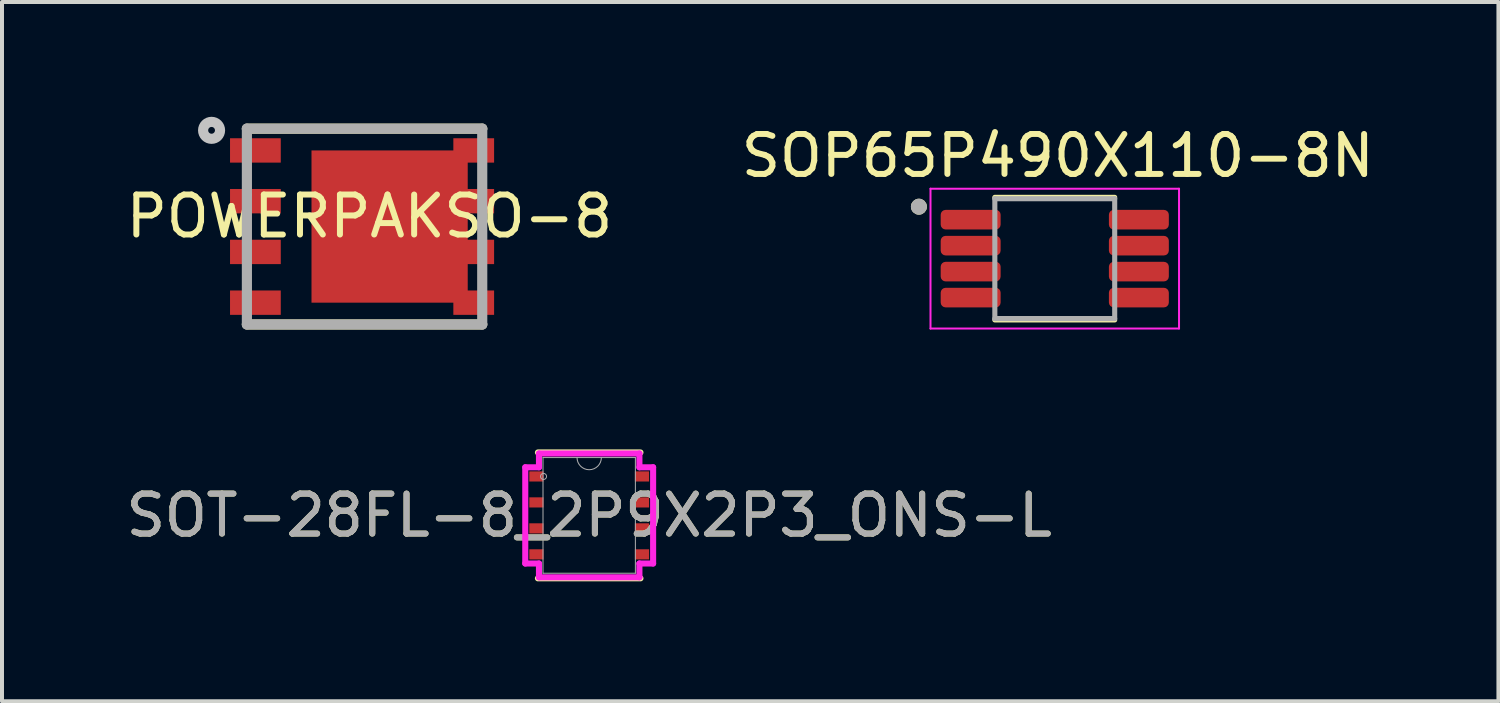
<source format=kicad_pcb>
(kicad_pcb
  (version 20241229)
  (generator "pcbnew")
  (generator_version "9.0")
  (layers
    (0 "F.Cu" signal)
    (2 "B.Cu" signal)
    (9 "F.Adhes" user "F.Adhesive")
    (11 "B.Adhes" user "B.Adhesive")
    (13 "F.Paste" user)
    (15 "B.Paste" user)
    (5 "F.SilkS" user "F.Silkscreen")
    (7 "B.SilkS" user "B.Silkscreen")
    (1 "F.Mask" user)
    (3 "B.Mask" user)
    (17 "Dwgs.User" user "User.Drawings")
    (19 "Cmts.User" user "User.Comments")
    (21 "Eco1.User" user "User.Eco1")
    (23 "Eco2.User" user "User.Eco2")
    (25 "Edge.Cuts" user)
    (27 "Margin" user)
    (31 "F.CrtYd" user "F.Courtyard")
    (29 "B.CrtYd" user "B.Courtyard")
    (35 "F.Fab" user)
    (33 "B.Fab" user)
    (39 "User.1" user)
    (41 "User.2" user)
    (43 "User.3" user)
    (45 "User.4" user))
  (footprint "POWERPAKSO-8"
    (layer "F.Cu")
    (at 6.074 2.62)
    (property "Reference" "POWERPAKSO-8" (at 0.122 -0.256 0) (layer "F.SilkS") (effects (font (size 1 1) (thickness 0.15))))
    (attr smd)
    (fp_line (start -2.945 -2.45) (end 2.945 -2.45) (stroke (width 0.254) (type solid)) (layer "F.SilkS"))
    (fp_line (start -2.945 2.45) (end 2.945 2.45) (stroke (width 0.254) (type solid)) (layer "F.SilkS"))
    (fp_circle (center -3.829 -2.408) (end -3.744 -2.408) (stroke (width 0.254) (type solid)) (fill no) (layer "Dwgs.User"))
    (fp_line (start -2.945 -2.45) (end 2.945 -2.45) (stroke (width 0.254) (type solid)) (layer "F.Fab"))
    (fp_line (start -2.945 2.45) (end -2.945 -2.45) (stroke (width 0.254) (type solid)) (layer "F.Fab"))
    (fp_line (start 2.945 -2.45) (end 2.945 2.45) (stroke (width 0.254) (type solid)) (layer "F.Fab"))
    (fp_line (start 2.945 2.45) (end -2.945 2.45) (stroke (width 0.254) (type solid)) (layer "F.Fab"))
    (pad "1" smd rect (at -2.732 -1.905) (size 1.27 0.61) (layers "F.Cu" "F.Mask" "F.Paste"))
    (pad "2" smd rect (at -2.732 -0.635) (size 1.27 0.61) (layers "F.Cu" "F.Mask" "F.Paste"))
    (pad "3" smd rect (at -2.732 0.635) (size 1.27 0.61) (layers "F.Cu" "F.Mask" "F.Paste"))
    (pad "4" smd rect (at -2.732 1.905) (size 1.27 0.61) (layers "F.Cu" "F.Mask" "F.Paste"))
    (pad "5" smd rect (at 2.732 1.905) (size 1.02 0.61) (layers "F.Cu" "F.Mask" "F.Paste"))
    (pad "6" smd rect (at 2.732 0.635) (size 1.02 0.61) (layers "F.Cu" "F.Mask" "F.Paste"))
    (pad "7" smd rect (at 2.732 -0.635) (size 1.02 0.61) (layers "F.Cu" "F.Mask" "F.Paste"))
    (pad "8" smd rect (at 2.732 -1.905) (size 1.02 0.61) (layers "F.Cu" "F.Mask" "F.Paste"))
    (pad "9" smd rect (at 0.627 0) (size 3.91 3.81) (layers "F.Cu" "F.Mask" "F.Paste")))
  (footprint "SOP65P490X110-8N"
    (layer "F.Cu")
    (at 23.348 3.423)
    (property "Reference" "SOP65P490X110-8N" (at 0.075 -2.575 0) (layer "F.SilkS") (effects (font (size 1 1) (thickness 0.15))))
    (attr smd)
    (fp_line (start -1.5 -1.534) (end 1.5 -1.534) (stroke (width 0.127) (type solid)) (layer "F.SilkS"))
    (fp_line (start 1.5 1.534) (end -1.5 1.534) (stroke (width 0.127) (type solid)) (layer "F.SilkS"))
    (fp_circle (center -3.4 -1.3) (end -3.3 -1.3) (stroke (width 0.2) (type solid)) (fill no) (layer "F.SilkS"))
    (fp_line (start -3.11 -1.75) (end 3.11 -1.75) (stroke (width 0.05) (type solid)) (layer "F.CrtYd"))
    (fp_line (start -3.11 1.75) (end -3.11 -1.75) (stroke (width 0.05) (type solid)) (layer "F.CrtYd"))
    (fp_line (start 3.11 -1.75) (end 3.11 1.75) (stroke (width 0.05) (type solid)) (layer "F.CrtYd"))
    (fp_line (start 3.11 1.75) (end -3.11 1.75) (stroke (width 0.05) (type solid)) (layer "F.CrtYd"))
    (fp_line (start -1.5 -1.5) (end 1.5 -1.5) (stroke (width 0.127) (type solid)) (layer "F.Fab"))
    (fp_line (start -1.5 1.5) (end -1.5 -1.5) (stroke (width 0.127) (type solid)) (layer "F.Fab"))
    (fp_line (start 1.5 -1.5) (end 1.5 1.5) (stroke (width 0.127) (type solid)) (layer "F.Fab"))
    (fp_line (start 1.5 1.5) (end -1.5 1.5) (stroke (width 0.127) (type solid)) (layer "F.Fab"))
    (fp_circle (center -3.4 -1.3) (end -3.3 -1.3) (stroke (width 0.2) (type solid)) (fill no) (layer "F.Fab"))
    (pad "1" smd roundrect (at -2.105 -0.975) (size 1.5 0.49) (layers "F.Cu" "F.Mask" "F.Paste") (roundrect_rratio 0.25))
    (pad "2" smd roundrect (at -2.105 -0.325) (size 1.5 0.49) (layers "F.Cu" "F.Mask" "F.Paste") (roundrect_rratio 0.25))
    (pad "3" smd roundrect (at -2.105 0.325) (size 1.5 0.49) (layers "F.Cu" "F.Mask" "F.Paste") (roundrect_rratio 0.25))
    (pad "4" smd roundrect (at -2.105 0.975) (size 1.5 0.49) (layers "F.Cu" "F.Mask" "F.Paste") (roundrect_rratio 0.25))
    (pad "5" smd roundrect (at 2.105 0.975 180) (size 1.5 0.49) (layers "F.Cu" "F.Mask" "F.Paste") (roundrect_rratio 0.25))
    (pad "6" smd roundrect (at 2.105 0.325 180) (size 1.5 0.49) (layers "F.Cu" "F.Mask" "F.Paste") (roundrect_rratio 0.25))
    (pad "7" smd roundrect (at 2.105 -0.325 180) (size 1.5 0.49) (layers "F.Cu" "F.Mask" "F.Paste") (roundrect_rratio 0.25))
    (pad "8" smd roundrect (at 2.105 -0.975 180) (size 1.5 0.49) (layers "F.Cu" "F.Mask" "F.Paste") (roundrect_rratio 0.25)))
  (footprint "SOT-28FL-8_2P9X2P3_ONS-L"
    (layer "F.Cu")
    (at 11.696 9.849)
    (property "Reference" "SOT-28FL-8_2P9X2P3_ONS-L" (at 0 0 0) (unlocked yes) (layer "F.SilkS") (effects (font (size 1 1) (thickness 0.15))))
    (attr smd)
    (fp_line (start -1.283 1.575) (end 1.283 1.575) (stroke (width 0.152) (type solid)) (layer "F.SilkS"))
    (fp_line (start 1.283 -1.575) (end -1.283 -1.575) (stroke (width 0.152) (type solid)) (layer "F.SilkS"))
    (fp_line (start -1.6 -1.204) (end -1.257 -1.204) (stroke (width 0.152) (type solid)) (layer "F.CrtYd"))
    (fp_line (start -1.6 1.204) (end -1.6 -1.204) (stroke (width 0.152) (type solid)) (layer "F.CrtYd"))
    (fp_line (start -1.257 -1.549) (end 1.257 -1.549) (stroke (width 0.152) (type solid)) (layer "F.CrtYd"))
    (fp_line (start -1.257 -1.204) (end -1.257 -1.549) (stroke (width 0.152) (type solid)) (layer "F.CrtYd"))
    (fp_line (start -1.257 1.204) (end -1.6 1.204) (stroke (width 0.152) (type solid)) (layer "F.CrtYd"))
    (fp_line (start -1.257 1.549) (end -1.257 1.204) (stroke (width 0.152) (type solid)) (layer "F.CrtYd"))
    (fp_line (start 1.257 -1.549) (end 1.257 -1.204) (stroke (width 0.152) (type solid)) (layer "F.CrtYd"))
    (fp_line (start 1.257 -1.204) (end 1.6 -1.204) (stroke (width 0.152) (type solid)) (layer "F.CrtYd"))
    (fp_line (start 1.257 1.204) (end 1.257 1.549) (stroke (width 0.152) (type solid)) (layer "F.CrtYd"))
    (fp_line (start 1.257 1.549) (end -1.257 1.549) (stroke (width 0.152) (type solid)) (layer "F.CrtYd"))
    (fp_line (start 1.6 -1.204) (end 1.6 1.204) (stroke (width 0.152) (type solid)) (layer "F.CrtYd"))
    (fp_line (start 1.6 1.204) (end 1.257 1.204) (stroke (width 0.152) (type solid)) (layer "F.CrtYd"))
    (fp_line (start -1.156 -1.448) (end -1.156 1.448) (stroke (width 0.025) (type solid)) (layer "F.Fab"))
    (fp_line (start -1.156 1.448) (end 1.156 1.448) (stroke (width 0.025) (type solid)) (layer "F.Fab"))
    (fp_line (start 1.156 -1.448) (end -1.156 -1.448) (stroke (width 0.025) (type solid)) (layer "F.Fab"))
    (fp_line (start 1.156 1.448) (end 1.156 -1.448) (stroke (width 0.025) (type solid)) (layer "F.Fab"))
    (fp_arc (start 0.3048 -1.4478) (mid 0 -1.143) (end -0.3048 -1.4478) (stroke (width 0.0254) (type solid)) (layer "F.Fab"))
    (fp_circle (center -1.143 -0.975) (end -1.067 -0.975) (stroke (width 0.025) (type solid)) (fill no) (layer "F.Fab"))
    (fp_text user "${REFERENCE}" (at 0 0 0) (unlocked yes) (layer "F.Fab") (effects (font (size 1 1) (thickness 0.15))))
    (pad "1" smd rect (at -1.321 -0.975) (size 0.356 0.254) (layers "F.Cu" "F.Mask" "F.Paste"))
    (pad "2" smd rect (at -1.321 -0.325) (size 0.356 0.254) (layers "F.Cu" "F.Mask" "F.Paste"))
    (pad "3" smd rect (at -1.321 0.325) (size 0.356 0.254) (layers "F.Cu" "F.Mask" "F.Paste"))
    (pad "4" smd rect (at -1.321 0.975) (size 0.356 0.254) (layers "F.Cu" "F.Mask" "F.Paste"))
    (pad "5" smd rect (at 1.321 0.975) (size 0.356 0.254) (layers "F.Cu" "F.Mask" "F.Paste"))
    (pad "6" smd rect (at 1.321 0.325) (size 0.356 0.254) (layers "F.Cu" "F.Mask" "F.Paste"))
    (pad "7" smd rect (at 1.321 -0.325) (size 0.356 0.254) (layers "F.Cu" "F.Mask" "F.Paste"))
    (pad "8" smd rect (at 1.321 -0.975) (size 0.356 0.254) (layers "F.Cu" "F.Mask" "F.Paste")))
  (gr_rect
    (start -3 -3)
    (end 34.452 14.5)
    (stroke (width 0.1) (type default))
    (fill no)
    (layer "Edge.Cuts")))
</source>
